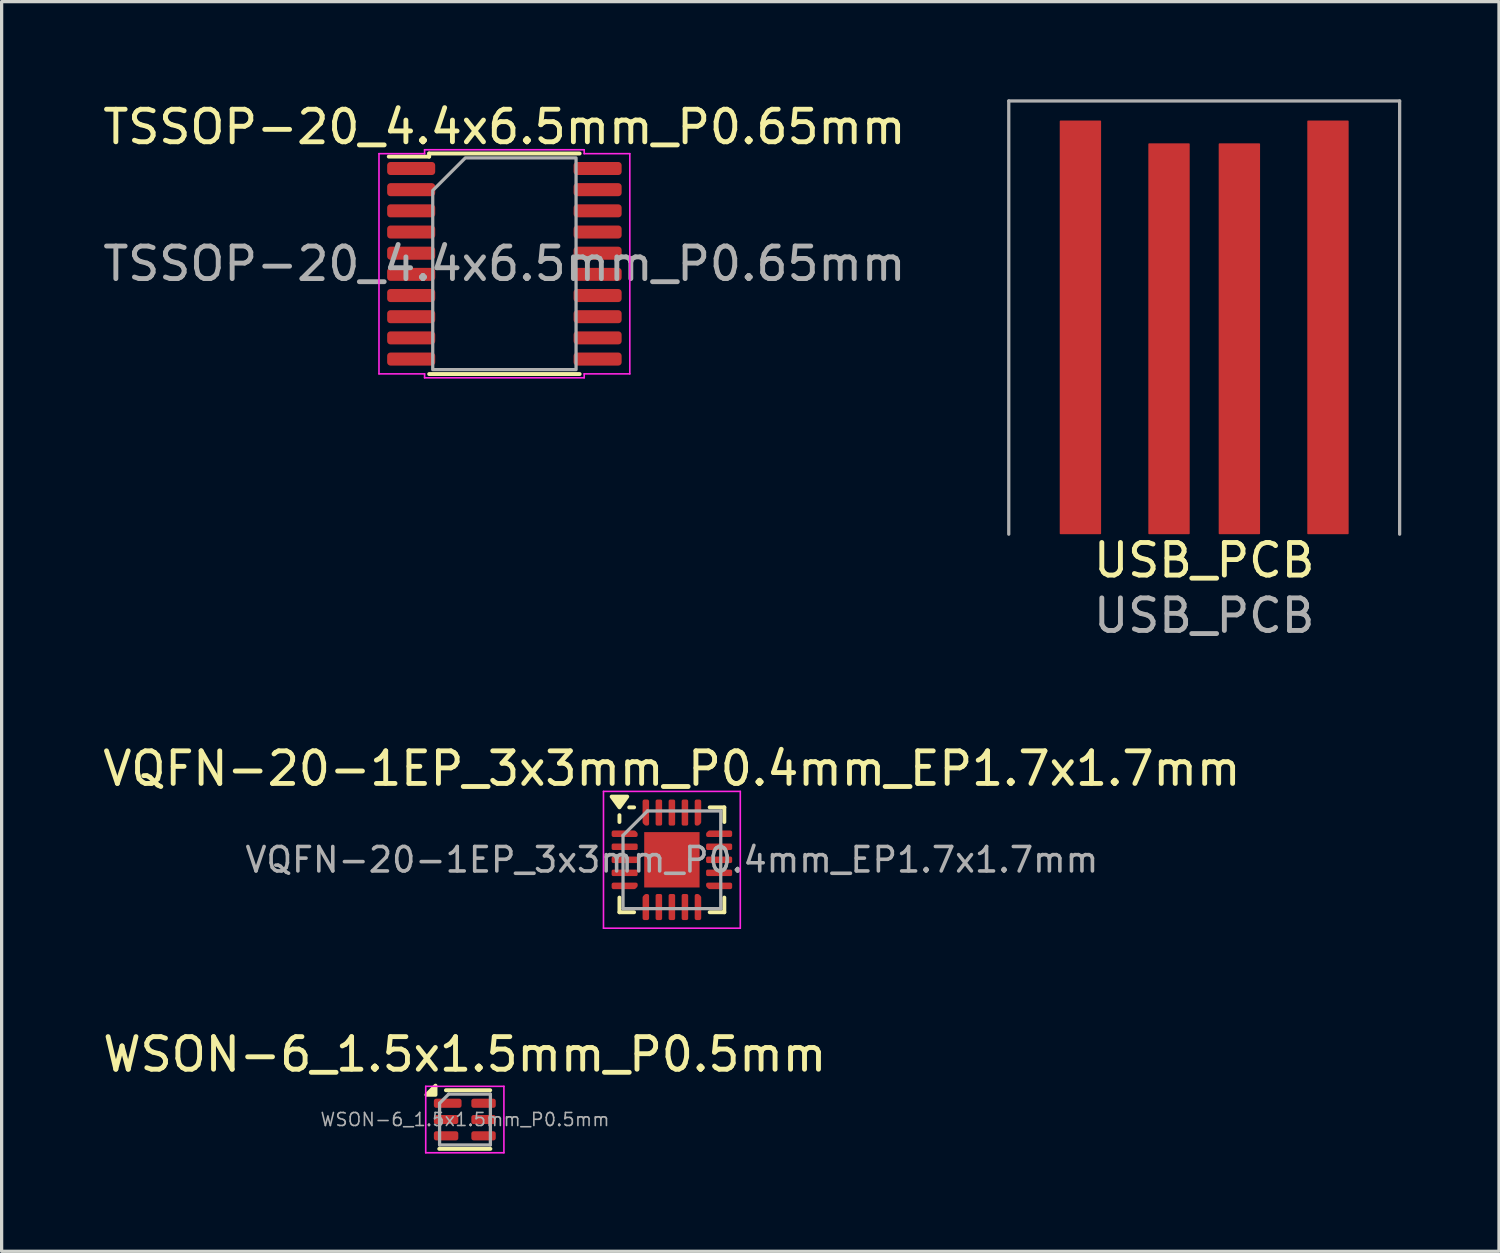
<source format=kicad_pcb>
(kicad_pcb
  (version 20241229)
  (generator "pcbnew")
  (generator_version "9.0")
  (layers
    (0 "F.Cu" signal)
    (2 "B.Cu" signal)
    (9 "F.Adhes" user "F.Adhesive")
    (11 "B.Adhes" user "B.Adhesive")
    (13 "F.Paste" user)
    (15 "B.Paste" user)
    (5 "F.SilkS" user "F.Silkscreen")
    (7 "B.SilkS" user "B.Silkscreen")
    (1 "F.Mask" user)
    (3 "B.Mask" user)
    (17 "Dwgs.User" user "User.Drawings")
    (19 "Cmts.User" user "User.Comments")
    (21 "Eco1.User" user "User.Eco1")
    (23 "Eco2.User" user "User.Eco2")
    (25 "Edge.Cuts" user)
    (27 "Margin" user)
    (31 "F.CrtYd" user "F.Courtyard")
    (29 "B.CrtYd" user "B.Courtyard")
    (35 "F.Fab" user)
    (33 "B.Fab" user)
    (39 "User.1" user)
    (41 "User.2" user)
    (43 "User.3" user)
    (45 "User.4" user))
  (footprint "USB_PCB"
    (layer "F.Cu")
    (at 33.919 13.35)
    (property "Reference" "USB_PCB" (at 0 0.8 0) (unlocked yes) (layer "F.SilkS") (effects (font (size 1 1) (thickness 0.15))))
    (attr through_hole)
    (fp_line (start -6 -13.3) (end 6 -13.3) (stroke (width 0.1) (type default)) (layer "F.Fab"))
    (fp_line (start -6 0) (end -6 -13.3) (stroke (width 0.1) (type default)) (layer "F.Fab"))
    (fp_line (start 6 0) (end 6 -13.3) (stroke (width 0.1) (type default)) (layer "F.Fab"))
    (fp_text user "${REFERENCE}" (at 0 2.5 0) (unlocked yes) (layer "F.Fab") (effects (font (size 1 1) (thickness 0.15))))
    (pad "1" smd roundrect (at -3.8 -6.35) (size 1.27 12.7) (layers "F.Cu" "F.Mask" "F.Paste") (roundrect_rratio 0.02))
    (pad "2" smd roundrect (at -1.08 -6) (size 1.27 12) (layers "F.Cu" "F.Mask" "F.Paste") (roundrect_rratio 0.02))
    (pad "3" smd roundrect (at 1.08 -6) (size 1.27 12) (layers "F.Cu" "F.Mask" "F.Paste") (roundrect_rratio 0.02))
    (pad "4" smd roundrect (at 3.8 -6.35) (size 1.27 12.7) (layers "F.Cu" "F.Mask" "F.Paste") (roundrect_rratio 0.02)))
  (footprint "VQFN-20-1EP_3x3mm_P0.4mm_EP1.7x1.7mm"
    (layer "F.Cu")
    (at 17.577 23.346)
    (property "Reference" "VQFN-20-1EP_3x3mm_P0.4mm_EP1.7x1.7mm" (at 0 -2.8 0) (layer "F.SilkS") (effects (font (size 1 1) (thickness 0.15))))
    (attr smd)
    (fp_line (start -1.61 -1.16) (end -1.61 -1.37) (stroke (width 0.12) (type solid)) (layer "F.SilkS"))
    (fp_line (start -1.61 1.61) (end -1.61 1.16) (stroke (width 0.12) (type solid)) (layer "F.SilkS"))
    (fp_line (start -1.16 -1.61) (end -1.31 -1.61) (stroke (width 0.12) (type solid)) (layer "F.SilkS"))
    (fp_line (start -1.16 1.61) (end -1.61 1.61) (stroke (width 0.12) (type solid)) (layer "F.SilkS"))
    (fp_line (start 1.16 -1.61) (end 1.61 -1.61) (stroke (width 0.12) (type solid)) (layer "F.SilkS"))
    (fp_line (start 1.16 1.61) (end 1.61 1.61) (stroke (width 0.12) (type solid)) (layer "F.SilkS"))
    (fp_line (start 1.61 -1.61) (end 1.61 -1.16) (stroke (width 0.12) (type solid)) (layer "F.SilkS"))
    (fp_line (start 1.61 1.61) (end 1.61 1.16) (stroke (width 0.12) (type solid)) (layer "F.SilkS"))
    (fp_poly (pts (xy -1.61 -1.61) (xy -1.85 -1.94) (xy -1.37 -1.94) (xy -1.61 -1.61)) (stroke (width 0.12) (type solid)) (fill yes) (layer "F.SilkS"))
    (fp_line (start -2.1 -2.1) (end -2.1 2.1) (stroke (width 0.05) (type solid)) (layer "F.CrtYd"))
    (fp_line (start -2.1 2.1) (end 2.1 2.1) (stroke (width 0.05) (type solid)) (layer "F.CrtYd"))
    (fp_line (start 2.1 -2.1) (end -2.1 -2.1) (stroke (width 0.05) (type solid)) (layer "F.CrtYd"))
    (fp_line (start 2.1 2.1) (end 2.1 -2.1) (stroke (width 0.05) (type solid)) (layer "F.CrtYd"))
    (fp_line (start -1.5 -0.75) (end -0.75 -1.5) (stroke (width 0.1) (type solid)) (layer "F.Fab"))
    (fp_line (start -1.5 1.5) (end -1.5 -0.75) (stroke (width 0.1) (type solid)) (layer "F.Fab"))
    (fp_line (start -0.75 -1.5) (end 1.5 -1.5) (stroke (width 0.1) (type solid)) (layer "F.Fab"))
    (fp_line (start 1.5 -1.5) (end 1.5 1.5) (stroke (width 0.1) (type solid)) (layer "F.Fab"))
    (fp_line (start 1.5 1.5) (end -1.5 1.5) (stroke (width 0.1) (type solid)) (layer "F.Fab"))
    (fp_text user "${REFERENCE}" (at 0 0 0) (layer "F.Fab") (effects (font (size 0.75 0.75) (thickness 0.11))))
    (pad "" smd roundrect (at -0.425 -0.425) (size 0.5 0.5) (layers "F.Paste") (roundrect_rratio 0.25))
    (pad "" smd roundrect (at -0.425 0.425) (size 0.5 0.5) (layers "F.Paste") (roundrect_rratio 0.25))
    (pad "" smd roundrect (at 0.425 -0.425) (size 0.5 0.5) (layers "F.Paste") (roundrect_rratio 0.25))
    (pad "" smd roundrect (at 0.425 0.425) (size 0.5 0.5) (layers "F.Paste") (roundrect_rratio 0.25))
    (pad "1" smd custom (at -1.45 -0.8) (size 0.143 0.143) (layers "F.Cu" "F.Mask" "F.Paste") (options (anchor circle)) (primitives (gr_poly (pts (xy -0.35 -0.05) (xy 0.299 -0.05) (xy 0.35 0.001) (xy 0.35 0.05) (xy -0.35 0.05)) (width 0.1) (fill yes))))
    (pad "2" smd roundrect (at -1.45 -0.4) (size 0.8 0.2) (layers "F.Cu" "F.Mask" "F.Paste") (roundrect_rratio 0.25))
    (pad "3" smd roundrect (at -1.45 0) (size 0.8 0.2) (layers "F.Cu" "F.Mask" "F.Paste") (roundrect_rratio 0.25))
    (pad "4" smd roundrect (at -1.45 0.4) (size 0.8 0.2) (layers "F.Cu" "F.Mask" "F.Paste") (roundrect_rratio 0.25))
    (pad "5" smd custom (at -1.45 0.8) (size 0.143 0.143) (layers "F.Cu" "F.Mask" "F.Paste") (options (anchor circle)) (primitives (gr_poly (pts (xy -0.35 -0.05) (xy 0.35 -0.05) (xy 0.35 -0.001) (xy 0.299 0.05) (xy -0.35 0.05)) (width 0.1) (fill yes))))
    (pad "6" smd custom (at -0.8 1.45) (size 0.143 0.143) (layers "F.Cu" "F.Mask" "F.Paste") (options (anchor circle)) (primitives (gr_poly (pts (xy -0.05 -0.299) (xy 0.001 -0.35) (xy 0.05 -0.35) (xy 0.05 0.35) (xy -0.05 0.35)) (width 0.1) (fill yes))))
    (pad "7" smd roundrect (at -0.4 1.45) (size 0.2 0.8) (layers "F.Cu" "F.Mask" "F.Paste") (roundrect_rratio 0.25))
    (pad "8" smd roundrect (at 0 1.45) (size 0.2 0.8) (layers "F.Cu" "F.Mask" "F.Paste") (roundrect_rratio 0.25))
    (pad "9" smd roundrect (at 0.4 1.45) (size 0.2 0.8) (layers "F.Cu" "F.Mask" "F.Paste") (roundrect_rratio 0.25))
    (pad "10" smd custom (at 0.8 1.45) (size 0.143 0.143) (layers "F.Cu" "F.Mask" "F.Paste") (options (anchor circle)) (primitives (gr_poly (pts (xy -0.05 -0.35) (xy -0.001 -0.35) (xy 0.05 -0.299) (xy 0.05 0.35) (xy -0.05 0.35)) (width 0.1) (fill yes))))
    (pad "11" smd custom (at 1.45 0.8) (size 0.143 0.143) (layers "F.Cu" "F.Mask" "F.Paste") (options (anchor circle)) (primitives (gr_poly (pts (xy -0.35 -0.05) (xy 0.35 -0.05) (xy 0.35 0.05) (xy -0.299 0.05) (xy -0.35 -0.001)) (width 0.1) (fill yes))))
    (pad "12" smd roundrect (at 1.45 0.4) (size 0.8 0.2) (layers "F.Cu" "F.Mask" "F.Paste") (roundrect_rratio 0.25))
    (pad "13" smd roundrect (at 1.45 0) (size 0.8 0.2) (layers "F.Cu" "F.Mask" "F.Paste") (roundrect_rratio 0.25))
    (pad "14" smd roundrect (at 1.45 -0.4) (size 0.8 0.2) (layers "F.Cu" "F.Mask" "F.Paste") (roundrect_rratio 0.25))
    (pad "15" smd custom (at 1.45 -0.8) (size 0.143 0.143) (layers "F.Cu" "F.Mask" "F.Paste") (options (anchor circle)) (primitives (gr_poly (pts (xy -0.35 0.001) (xy -0.299 -0.05) (xy 0.35 -0.05) (xy 0.35 0.05) (xy -0.35 0.05)) (width 0.1) (fill yes))))
    (pad "16" smd custom (at 0.8 -1.45) (size 0.143 0.143) (layers "F.Cu" "F.Mask" "F.Paste") (options (anchor circle)) (primitives (gr_poly (pts (xy -0.05 -0.35) (xy 0.05 -0.35) (xy 0.05 0.299) (xy -0.001 0.35) (xy -0.05 0.35)) (width 0.1) (fill yes))))
    (pad "17" smd roundrect (at 0.4 -1.45) (size 0.2 0.8) (layers "F.Cu" "F.Mask" "F.Paste") (roundrect_rratio 0.25))
    (pad "18" smd roundrect (at 0 -1.45) (size 0.2 0.8) (layers "F.Cu" "F.Mask" "F.Paste") (roundrect_rratio 0.25))
    (pad "19" smd roundrect (at -0.4 -1.45) (size 0.2 0.8) (layers "F.Cu" "F.Mask" "F.Paste") (roundrect_rratio 0.25))
    (pad "20" smd custom (at -0.8 -1.45) (size 0.143 0.143) (layers "F.Cu" "F.Mask" "F.Paste") (options (anchor circle)) (primitives (gr_poly (pts (xy -0.05 -0.35) (xy 0.05 -0.35) (xy 0.05 0.35) (xy 0.001 0.35) (xy -0.05 0.299)) (width 0.1) (fill yes))))
    (pad "21" smd rect (at 0 0) (size 1.7 1.7) (property pad_prop_heatsink) (layers "F.Cu" "F.Mask")))
  (footprint "WSON-6_1.5x1.5mm_P0.5mm"
    (layer "F.Cu")
    (at 11.22 31.32)
    (property "Reference" "WSON-6_1.5x1.5mm_P0.5mm" (at 0 -2 0) (layer "F.SilkS") (effects (font (size 1 1) (thickness 0.15))))
    (attr smd)
    (fp_line (start -0.785 0.9) (end 0.785 0.9) (stroke (width 0.12) (type solid)) (layer "F.SilkS"))
    (fp_line (start -0.58 -0.9) (end 0.78 -0.9) (stroke (width 0.12) (type solid)) (layer "F.SilkS"))
    (fp_poly (pts (xy -0.9 -0.76) (xy -1.18 -0.76) (xy -0.9 -1.04) (xy -0.9 -0.76)) (stroke (width 0.12) (type solid)) (fill yes) (layer "F.SilkS"))
    (fp_line (start -1.2 1.02) (end -1.2 -1.02) (stroke (width 0.05) (type solid)) (layer "F.CrtYd"))
    (fp_line (start -1.2 1.02) (end 1.2 1.02) (stroke (width 0.05) (type solid)) (layer "F.CrtYd"))
    (fp_line (start 1.2 -1.02) (end -1.2 -1.02) (stroke (width 0.05) (type solid)) (layer "F.CrtYd"))
    (fp_line (start 1.2 -1.02) (end 1.2 1.02) (stroke (width 0.05) (type solid)) (layer "F.CrtYd"))
    (fp_line (start -0.775 -0.5) (end -0.775 0.78) (stroke (width 0.1) (type solid)) (layer "F.Fab"))
    (fp_line (start -0.775 0.78) (end 0.785 0.78) (stroke (width 0.1) (type solid)) (layer "F.Fab"))
    (fp_line (start -0.495 -0.78) (end -0.775 -0.5) (stroke (width 0.1) (type solid)) (layer "F.Fab"))
    (fp_line (start 0.785 -0.78) (end -0.495 -0.78) (stroke (width 0.1) (type solid)) (layer "F.Fab"))
    (fp_line (start 0.785 -0.78) (end 0.785 0.78) (stroke (width 0.1) (type solid)) (layer "F.Fab"))
    (fp_text user "${REFERENCE}" (at 0.005 0 0) (layer "F.Fab") (effects (font (size 0.4 0.4) (thickness 0.05))))
    (pad "1" smd roundrect (at -0.525 -0.5 270) (size 0.28 0.85) (layers "F.Cu" "F.Mask" "F.Paste") (roundrect_rratio 0.25))
    (pad "2" smd roundrect (at -0.575 0 270) (size 0.28 0.75) (layers "F.Cu" "F.Mask" "F.Paste") (roundrect_rratio 0.25))
    (pad "3" smd roundrect (at -0.575 0.5 270) (size 0.28 0.75) (layers "F.Cu" "F.Mask" "F.Paste") (roundrect_rratio 0.25))
    (pad "4" smd roundrect (at 0.575 0.5 270) (size 0.28 0.75) (layers "F.Cu" "F.Mask" "F.Paste") (roundrect_rratio 0.25))
    (pad "5" smd roundrect (at 0.575 0 270) (size 0.28 0.75) (layers "F.Cu" "F.Mask" "F.Paste") (roundrect_rratio 0.25))
    (pad "6" smd roundrect (at 0.575 -0.5 270) (size 0.28 0.75) (layers "F.Cu" "F.Mask" "F.Paste") (roundrect_rratio 0.25)))
  (footprint "TSSOP-20_4.4x6.5mm_P0.65mm"
    (layer "F.Cu")
    (at 12.435 5.048)
    (property "Reference" "TSSOP-20_4.4x6.5mm_P0.65mm" (at 0 -4.2 0) (layer "F.SilkS") (effects (font (size 1 1) (thickness 0.15))))
    (attr smd)
    (fp_line (start -2.31 -3.385) (end -2.31 -3.29) (stroke (width 0.12) (type solid)) (layer "F.SilkS"))
    (fp_line (start -2.31 -3.385) (end 2.31 -3.385) (stroke (width 0.12) (type solid)) (layer "F.SilkS"))
    (fp_line (start -2.31 -3.29) (end -3.55 -3.29) (stroke (width 0.12) (type solid)) (layer "F.SilkS"))
    (fp_line (start 2.31 3.385) (end -2.31 3.385) (stroke (width 0.12) (type solid)) (layer "F.SilkS"))
    (fp_line (start -3.85 -3.38) (end -2.45 -3.38) (stroke (width 0.05) (type solid)) (layer "F.CrtYd"))
    (fp_line (start -3.85 3.38) (end -3.85 -3.38) (stroke (width 0.05) (type solid)) (layer "F.CrtYd"))
    (fp_line (start -2.45 -3.5) (end 2.45 -3.5) (stroke (width 0.05) (type solid)) (layer "F.CrtYd"))
    (fp_line (start -2.45 -3.38) (end -2.45 -3.5) (stroke (width 0.05) (type solid)) (layer "F.CrtYd"))
    (fp_line (start -2.45 3.38) (end -3.85 3.38) (stroke (width 0.05) (type solid)) (layer "F.CrtYd"))
    (fp_line (start -2.45 3.5) (end -2.45 3.38) (stroke (width 0.05) (type solid)) (layer "F.CrtYd"))
    (fp_line (start 2.45 -3.5) (end 2.45 -3.38) (stroke (width 0.05) (type solid)) (layer "F.CrtYd"))
    (fp_line (start 2.45 -3.38) (end 3.85 -3.38) (stroke (width 0.05) (type solid)) (layer "F.CrtYd"))
    (fp_line (start 2.45 3.38) (end 2.45 3.5) (stroke (width 0.05) (type solid)) (layer "F.CrtYd"))
    (fp_line (start 2.45 3.5) (end -2.45 3.5) (stroke (width 0.05) (type solid)) (layer "F.CrtYd"))
    (fp_line (start 3.85 -3.38) (end 3.85 3.38) (stroke (width 0.05) (type solid)) (layer "F.CrtYd"))
    (fp_line (start 3.85 3.38) (end 2.45 3.38) (stroke (width 0.05) (type solid)) (layer "F.CrtYd"))
    (fp_poly (pts (xy -2.2 -2.25) (xy -2.2 3.25) (xy 2.2 3.25) (xy 2.2 -3.25) (xy -1.2 -3.25)) (stroke (width 0.1) (type solid)) (fill no) (layer "F.Fab"))
    (fp_text user "${REFERENCE}" (at 0 0 0) (layer "F.Fab") (effects (font (size 1 1) (thickness 0.15))))
    (pad "1" smd roundrect (at -2.862 -2.925) (size 1.475 0.4) (layers "F.Cu" "F.Mask" "F.Paste") (roundrect_rratio 0.25))
    (pad "2" smd roundrect (at -2.862 -2.275) (size 1.475 0.4) (layers "F.Cu" "F.Mask" "F.Paste") (roundrect_rratio 0.25))
    (pad "3" smd roundrect (at -2.862 -1.625) (size 1.475 0.4) (layers "F.Cu" "F.Mask" "F.Paste") (roundrect_rratio 0.25))
    (pad "4" smd roundrect (at -2.862 -0.975) (size 1.475 0.4) (layers "F.Cu" "F.Mask" "F.Paste") (roundrect_rratio 0.25))
    (pad "5" smd roundrect (at -2.862 -0.325) (size 1.475 0.4) (layers "F.Cu" "F.Mask" "F.Paste") (roundrect_rratio 0.25))
    (pad "6" smd roundrect (at -2.862 0.325) (size 1.475 0.4) (layers "F.Cu" "F.Mask" "F.Paste") (roundrect_rratio 0.25))
    (pad "7" smd roundrect (at -2.862 0.975) (size 1.475 0.4) (layers "F.Cu" "F.Mask" "F.Paste") (roundrect_rratio 0.25))
    (pad "8" smd roundrect (at -2.862 1.625) (size 1.475 0.4) (layers "F.Cu" "F.Mask" "F.Paste") (roundrect_rratio 0.25))
    (pad "9" smd roundrect (at -2.862 2.275) (size 1.475 0.4) (layers "F.Cu" "F.Mask" "F.Paste") (roundrect_rratio 0.25))
    (pad "10" smd roundrect (at -2.862 2.925) (size 1.475 0.4) (layers "F.Cu" "F.Mask" "F.Paste") (roundrect_rratio 0.25))
    (pad "11" smd roundrect (at 2.862 2.925) (size 1.475 0.4) (layers "F.Cu" "F.Mask" "F.Paste") (roundrect_rratio 0.25))
    (pad "12" smd roundrect (at 2.862 2.275) (size 1.475 0.4) (layers "F.Cu" "F.Mask" "F.Paste") (roundrect_rratio 0.25))
    (pad "13" smd roundrect (at 2.862 1.625) (size 1.475 0.4) (layers "F.Cu" "F.Mask" "F.Paste") (roundrect_rratio 0.25))
    (pad "14" smd roundrect (at 2.862 0.975) (size 1.475 0.4) (layers "F.Cu" "F.Mask" "F.Paste") (roundrect_rratio 0.25))
    (pad "15" smd roundrect (at 2.862 0.325) (size 1.475 0.4) (layers "F.Cu" "F.Mask" "F.Paste") (roundrect_rratio 0.25))
    (pad "16" smd roundrect (at 2.862 -0.325) (size 1.475 0.4) (layers "F.Cu" "F.Mask" "F.Paste") (roundrect_rratio 0.25))
    (pad "17" smd roundrect (at 2.862 -0.975) (size 1.475 0.4) (layers "F.Cu" "F.Mask" "F.Paste") (roundrect_rratio 0.25))
    (pad "18" smd roundrect (at 2.862 -1.625) (size 1.475 0.4) (layers "F.Cu" "F.Mask" "F.Paste") (roundrect_rratio 0.25))
    (pad "19" smd roundrect (at 2.862 -2.275) (size 1.475 0.4) (layers "F.Cu" "F.Mask" "F.Paste") (roundrect_rratio 0.25))
    (pad "20" smd roundrect (at 2.862 -2.925) (size 1.475 0.4) (layers "F.Cu" "F.Mask" "F.Paste") (roundrect_rratio 0.25)))
  (gr_rect
    (start -3 -3)
    (end 42.969 35.365)
    (stroke (width 0.1) (type default))
    (fill no)
    (layer "Edge.Cuts")))
</source>
